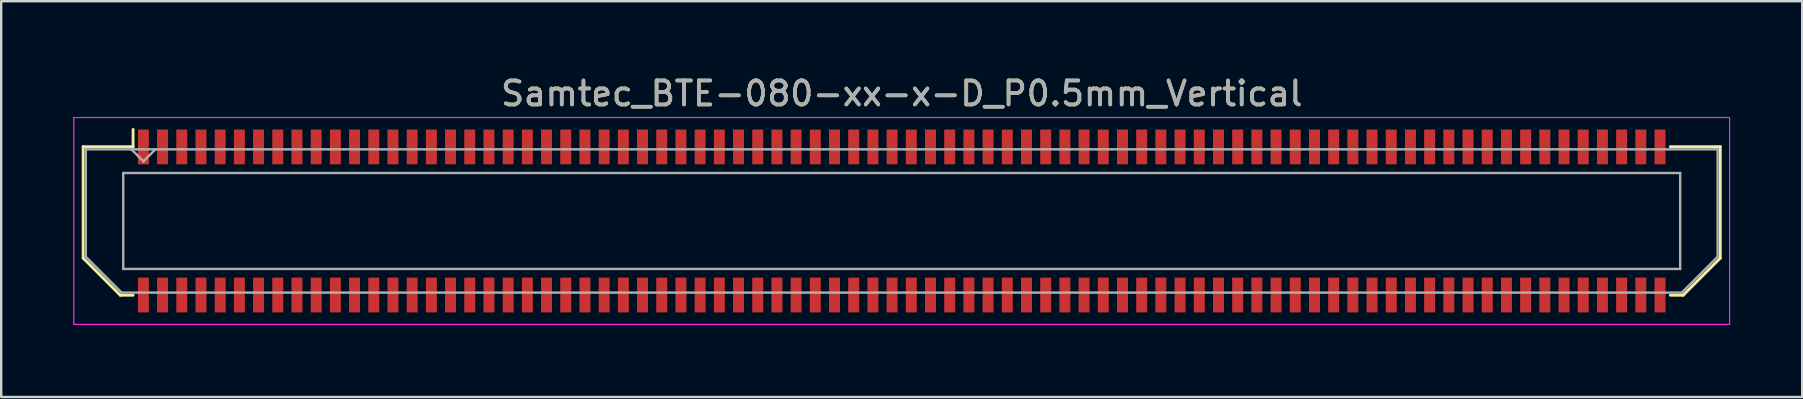
<source format=kicad_pcb>
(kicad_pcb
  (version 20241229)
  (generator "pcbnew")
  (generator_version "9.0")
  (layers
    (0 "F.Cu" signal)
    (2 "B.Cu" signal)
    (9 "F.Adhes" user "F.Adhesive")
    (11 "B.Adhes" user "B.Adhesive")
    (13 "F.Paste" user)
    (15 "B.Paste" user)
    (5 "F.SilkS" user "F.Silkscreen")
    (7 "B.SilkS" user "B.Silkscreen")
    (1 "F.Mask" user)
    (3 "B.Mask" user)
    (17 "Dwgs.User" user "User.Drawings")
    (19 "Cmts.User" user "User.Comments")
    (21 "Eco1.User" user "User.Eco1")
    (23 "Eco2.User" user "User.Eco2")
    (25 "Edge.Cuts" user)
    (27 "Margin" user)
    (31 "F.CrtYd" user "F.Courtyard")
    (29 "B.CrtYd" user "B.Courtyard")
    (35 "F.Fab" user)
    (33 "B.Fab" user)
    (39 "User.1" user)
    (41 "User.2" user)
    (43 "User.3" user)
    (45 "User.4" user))
  (footprint "Samtec_BTE-080-xx-x-D_P0.5mm_Vertical"
    (layer "F.Cu")
    (at 34.525 6.158)
    (property "Reference" "Samtec_BTE-080-xx-x-D_P0.5mm_Vertical" (at 0 -5.31 0) (layer "F.SilkS") (effects (font (size 1 1) (thickness 0.15))))
    (attr smd)
    (fp_line (start -34.11 -3.095) (end -34.11 1.548) (stroke (width 0.12) (type solid)) (layer "F.SilkS"))
    (fp_line (start -34.11 1.548) (end -32.562 3.095) (stroke (width 0.12) (type solid)) (layer "F.SilkS"))
    (fp_line (start -32.562 3.095) (end -32.029 3.095) (stroke (width 0.12) (type solid)) (layer "F.SilkS"))
    (fp_line (start -32.029 -3.811) (end -32.029 -3.095) (stroke (width 0.12) (type solid)) (layer "F.SilkS"))
    (fp_line (start -32.029 -3.095) (end -34.11 -3.095) (stroke (width 0.12) (type solid)) (layer "F.SilkS"))
    (fp_line (start 32.029 -3.095) (end 34.11 -3.095) (stroke (width 0.12) (type solid)) (layer "F.SilkS"))
    (fp_line (start 32.562 3.095) (end 32.029 3.095) (stroke (width 0.12) (type solid)) (layer "F.SilkS"))
    (fp_line (start 34.11 -3.095) (end 34.11 1.548) (stroke (width 0.12) (type solid)) (layer "F.SilkS"))
    (fp_line (start 34.11 1.548) (end 32.562 3.095) (stroke (width 0.12) (type solid)) (layer "F.SilkS"))
    (fp_line (start -34.5 -4.31) (end -34.5 4.31) (stroke (width 0.05) (type solid)) (layer "F.CrtYd"))
    (fp_line (start -34.5 4.31) (end 34.5 4.31) (stroke (width 0.05) (type solid)) (layer "F.CrtYd"))
    (fp_line (start 34.5 -4.31) (end -34.5 -4.31) (stroke (width 0.05) (type solid)) (layer "F.CrtYd"))
    (fp_line (start 34.5 4.31) (end 34.5 -4.31) (stroke (width 0.05) (type solid)) (layer "F.CrtYd"))
    (fp_line (start -34 -2.985) (end -34 1.492) (stroke (width 0.1) (type solid)) (layer "F.Fab"))
    (fp_line (start -34 -2.985) (end 34 -2.985) (stroke (width 0.1) (type solid)) (layer "F.Fab"))
    (fp_line (start -34 1.492) (end -32.508 2.985) (stroke (width 0.1) (type solid)) (layer "F.Fab"))
    (fp_line (start -32.508 2.985) (end 32.508 2.985) (stroke (width 0.1) (type solid)) (layer "F.Fab"))
    (fp_line (start -32.44 -2) (end -32.44 2) (stroke (width 0.1) (type solid)) (layer "F.Fab"))
    (fp_line (start -32.44 2) (end 32.44 2) (stroke (width 0.1) (type solid)) (layer "F.Fab"))
    (fp_line (start -31.6 -2.485) (end -32.1 -2.985) (stroke (width 0.1) (type solid)) (layer "F.Fab"))
    (fp_line (start -31.1 -2.985) (end -31.6 -2.485) (stroke (width 0.1) (type solid)) (layer "F.Fab"))
    (fp_line (start 32.44 -2) (end -32.44 -2) (stroke (width 0.1) (type solid)) (layer "F.Fab"))
    (fp_line (start 32.44 2) (end 32.44 -2) (stroke (width 0.1) (type solid)) (layer "F.Fab"))
    (fp_line (start 34 -2.985) (end 34 1.492) (stroke (width 0.1) (type solid)) (layer "F.Fab"))
    (fp_line (start 34 1.492) (end 32.508 2.985) (stroke (width 0.1) (type solid)) (layer "F.Fab"))
    (fp_text user "${REFERENCE}" (at 0 -5.31 0) (layer "F.Fab") (effects (font (size 1 1) (thickness 0.15))))
    (pad "1" smd rect (at -31.6 -3.086) (size 0.457 1.45) (layers "F.Cu" "F.Mask" "F.Paste"))
    (pad "2" smd rect (at -31.6 3.086) (size 0.457 1.45) (layers "F.Cu" "F.Mask" "F.Paste"))
    (pad "3" smd rect (at -30.8 -3.086) (size 0.457 1.45) (layers "F.Cu" "F.Mask" "F.Paste"))
    (pad "4" smd rect (at -30.8 3.086) (size 0.457 1.45) (layers "F.Cu" "F.Mask" "F.Paste"))
    (pad "5" smd rect (at -30 -3.086) (size 0.457 1.45) (layers "F.Cu" "F.Mask" "F.Paste"))
    (pad "6" smd rect (at -30 3.086) (size 0.457 1.45) (layers "F.Cu" "F.Mask" "F.Paste"))
    (pad "7" smd rect (at -29.2 -3.086) (size 0.457 1.45) (layers "F.Cu" "F.Mask" "F.Paste"))
    (pad "8" smd rect (at -29.2 3.086) (size 0.457 1.45) (layers "F.Cu" "F.Mask" "F.Paste"))
    (pad "9" smd rect (at -28.4 -3.086) (size 0.457 1.45) (layers "F.Cu" "F.Mask" "F.Paste"))
    (pad "10" smd rect (at -28.4 3.086) (size 0.457 1.45) (layers "F.Cu" "F.Mask" "F.Paste"))
    (pad "11" smd rect (at -27.6 -3.086) (size 0.457 1.45) (layers "F.Cu" "F.Mask" "F.Paste"))
    (pad "12" smd rect (at -27.6 3.086) (size 0.457 1.45) (layers "F.Cu" "F.Mask" "F.Paste"))
    (pad "13" smd rect (at -26.8 -3.086) (size 0.457 1.45) (layers "F.Cu" "F.Mask" "F.Paste"))
    (pad "14" smd rect (at -26.8 3.086) (size 0.457 1.45) (layers "F.Cu" "F.Mask" "F.Paste"))
    (pad "15" smd rect (at -26 -3.086) (size 0.457 1.45) (layers "F.Cu" "F.Mask" "F.Paste"))
    (pad "16" smd rect (at -26 3.086) (size 0.457 1.45) (layers "F.Cu" "F.Mask" "F.Paste"))
    (pad "17" smd rect (at -25.2 -3.086) (size 0.457 1.45) (layers "F.Cu" "F.Mask" "F.Paste"))
    (pad "18" smd rect (at -25.2 3.086) (size 0.457 1.45) (layers "F.Cu" "F.Mask" "F.Paste"))
    (pad "19" smd rect (at -24.4 -3.086) (size 0.457 1.45) (layers "F.Cu" "F.Mask" "F.Paste"))
    (pad "20" smd rect (at -24.4 3.086) (size 0.457 1.45) (layers "F.Cu" "F.Mask" "F.Paste"))
    (pad "21" smd rect (at -23.6 -3.086) (size 0.457 1.45) (layers "F.Cu" "F.Mask" "F.Paste"))
    (pad "22" smd rect (at -23.6 3.086) (size 0.457 1.45) (layers "F.Cu" "F.Mask" "F.Paste"))
    (pad "23" smd rect (at -22.8 -3.086) (size 0.457 1.45) (layers "F.Cu" "F.Mask" "F.Paste"))
    (pad "24" smd rect (at -22.8 3.086) (size 0.457 1.45) (layers "F.Cu" "F.Mask" "F.Paste"))
    (pad "25" smd rect (at -22 -3.086) (size 0.457 1.45) (layers "F.Cu" "F.Mask" "F.Paste"))
    (pad "26" smd rect (at -22 3.086) (size 0.457 1.45) (layers "F.Cu" "F.Mask" "F.Paste"))
    (pad "27" smd rect (at -21.2 -3.086) (size 0.457 1.45) (layers "F.Cu" "F.Mask" "F.Paste"))
    (pad "28" smd rect (at -21.2 3.086) (size 0.457 1.45) (layers "F.Cu" "F.Mask" "F.Paste"))
    (pad "29" smd rect (at -20.4 -3.086) (size 0.457 1.45) (layers "F.Cu" "F.Mask" "F.Paste"))
    (pad "30" smd rect (at -20.4 3.086) (size 0.457 1.45) (layers "F.Cu" "F.Mask" "F.Paste"))
    (pad "31" smd rect (at -19.6 -3.086) (size 0.457 1.45) (layers "F.Cu" "F.Mask" "F.Paste"))
    (pad "32" smd rect (at -19.6 3.086) (size 0.457 1.45) (layers "F.Cu" "F.Mask" "F.Paste"))
    (pad "33" smd rect (at -18.8 -3.086) (size 0.457 1.45) (layers "F.Cu" "F.Mask" "F.Paste"))
    (pad "34" smd rect (at -18.8 3.086) (size 0.457 1.45) (layers "F.Cu" "F.Mask" "F.Paste"))
    (pad "35" smd rect (at -18 -3.086) (size 0.457 1.45) (layers "F.Cu" "F.Mask" "F.Paste"))
    (pad "36" smd rect (at -18 3.086) (size 0.457 1.45) (layers "F.Cu" "F.Mask" "F.Paste"))
    (pad "37" smd rect (at -17.2 -3.086) (size 0.457 1.45) (layers "F.Cu" "F.Mask" "F.Paste"))
    (pad "38" smd rect (at -17.2 3.086) (size 0.457 1.45) (layers "F.Cu" "F.Mask" "F.Paste"))
    (pad "39" smd rect (at -16.4 -3.086) (size 0.457 1.45) (layers "F.Cu" "F.Mask" "F.Paste"))
    (pad "40" smd rect (at -16.4 3.086) (size 0.457 1.45) (layers "F.Cu" "F.Mask" "F.Paste"))
    (pad "41" smd rect (at -15.6 -3.086) (size 0.457 1.45) (layers "F.Cu" "F.Mask" "F.Paste"))
    (pad "42" smd rect (at -15.6 3.086) (size 0.457 1.45) (layers "F.Cu" "F.Mask" "F.Paste"))
    (pad "43" smd rect (at -14.8 -3.086) (size 0.457 1.45) (layers "F.Cu" "F.Mask" "F.Paste"))
    (pad "44" smd rect (at -14.8 3.086) (size 0.457 1.45) (layers "F.Cu" "F.Mask" "F.Paste"))
    (pad "45" smd rect (at -14 -3.086) (size 0.457 1.45) (layers "F.Cu" "F.Mask" "F.Paste"))
    (pad "46" smd rect (at -14 3.086) (size 0.457 1.45) (layers "F.Cu" "F.Mask" "F.Paste"))
    (pad "47" smd rect (at -13.2 -3.086) (size 0.457 1.45) (layers "F.Cu" "F.Mask" "F.Paste"))
    (pad "48" smd rect (at -13.2 3.086) (size 0.457 1.45) (layers "F.Cu" "F.Mask" "F.Paste"))
    (pad "49" smd rect (at -12.4 -3.086) (size 0.457 1.45) (layers "F.Cu" "F.Mask" "F.Paste"))
    (pad "50" smd rect (at -12.4 3.086) (size 0.457 1.45) (layers "F.Cu" "F.Mask" "F.Paste"))
    (pad "51" smd rect (at -11.6 -3.086) (size 0.457 1.45) (layers "F.Cu" "F.Mask" "F.Paste"))
    (pad "52" smd rect (at -11.6 3.086) (size 0.457 1.45) (layers "F.Cu" "F.Mask" "F.Paste"))
    (pad "53" smd rect (at -10.8 -3.086) (size 0.457 1.45) (layers "F.Cu" "F.Mask" "F.Paste"))
    (pad "54" smd rect (at -10.8 3.086) (size 0.457 1.45) (layers "F.Cu" "F.Mask" "F.Paste"))
    (pad "55" smd rect (at -10 -3.086) (size 0.457 1.45) (layers "F.Cu" "F.Mask" "F.Paste"))
    (pad "56" smd rect (at -10 3.086) (size 0.457 1.45) (layers "F.Cu" "F.Mask" "F.Paste"))
    (pad "57" smd rect (at -9.2 -3.086) (size 0.457 1.45) (layers "F.Cu" "F.Mask" "F.Paste"))
    (pad "58" smd rect (at -9.2 3.086) (size 0.457 1.45) (layers "F.Cu" "F.Mask" "F.Paste"))
    (pad "59" smd rect (at -8.4 -3.086) (size 0.457 1.45) (layers "F.Cu" "F.Mask" "F.Paste"))
    (pad "60" smd rect (at -8.4 3.086) (size 0.457 1.45) (layers "F.Cu" "F.Mask" "F.Paste"))
    (pad "61" smd rect (at -7.6 -3.086) (size 0.457 1.45) (layers "F.Cu" "F.Mask" "F.Paste"))
    (pad "62" smd rect (at -7.6 3.086) (size 0.457 1.45) (layers "F.Cu" "F.Mask" "F.Paste"))
    (pad "63" smd rect (at -6.8 -3.086) (size 0.457 1.45) (layers "F.Cu" "F.Mask" "F.Paste"))
    (pad "64" smd rect (at -6.8 3.086) (size 0.457 1.45) (layers "F.Cu" "F.Mask" "F.Paste"))
    (pad "65" smd rect (at -6 -3.086) (size 0.457 1.45) (layers "F.Cu" "F.Mask" "F.Paste"))
    (pad "66" smd rect (at -6 3.086) (size 0.457 1.45) (layers "F.Cu" "F.Mask" "F.Paste"))
    (pad "67" smd rect (at -5.2 -3.086) (size 0.457 1.45) (layers "F.Cu" "F.Mask" "F.Paste"))
    (pad "68" smd rect (at -5.2 3.086) (size 0.457 1.45) (layers "F.Cu" "F.Mask" "F.Paste"))
    (pad "69" smd rect (at -4.4 -3.086) (size 0.457 1.45) (layers "F.Cu" "F.Mask" "F.Paste"))
    (pad "70" smd rect (at -4.4 3.086) (size 0.457 1.45) (layers "F.Cu" "F.Mask" "F.Paste"))
    (pad "71" smd rect (at -3.6 -3.086) (size 0.457 1.45) (layers "F.Cu" "F.Mask" "F.Paste"))
    (pad "72" smd rect (at -3.6 3.086) (size 0.457 1.45) (layers "F.Cu" "F.Mask" "F.Paste"))
    (pad "73" smd rect (at -2.8 -3.086) (size 0.457 1.45) (layers "F.Cu" "F.Mask" "F.Paste"))
    (pad "74" smd rect (at -2.8 3.086) (size 0.457 1.45) (layers "F.Cu" "F.Mask" "F.Paste"))
    (pad "75" smd rect (at -2 -3.086) (size 0.457 1.45) (layers "F.Cu" "F.Mask" "F.Paste"))
    (pad "76" smd rect (at -2 3.086) (size 0.457 1.45) (layers "F.Cu" "F.Mask" "F.Paste"))
    (pad "77" smd rect (at -1.2 -3.086) (size 0.457 1.45) (layers "F.Cu" "F.Mask" "F.Paste"))
    (pad "78" smd rect (at -1.2 3.086) (size 0.457 1.45) (layers "F.Cu" "F.Mask" "F.Paste"))
    (pad "79" smd rect (at -0.4 -3.086) (size 0.457 1.45) (layers "F.Cu" "F.Mask" "F.Paste"))
    (pad "80" smd rect (at -0.4 3.086) (size 0.457 1.45) (layers "F.Cu" "F.Mask" "F.Paste"))
    (pad "81" smd rect (at 0.4 -3.086) (size 0.457 1.45) (layers "F.Cu" "F.Mask" "F.Paste"))
    (pad "82" smd rect (at 0.4 3.086) (size 0.457 1.45) (layers "F.Cu" "F.Mask" "F.Paste"))
    (pad "83" smd rect (at 1.2 -3.086) (size 0.457 1.45) (layers "F.Cu" "F.Mask" "F.Paste"))
    (pad "84" smd rect (at 1.2 3.086) (size 0.457 1.45) (layers "F.Cu" "F.Mask" "F.Paste"))
    (pad "85" smd rect (at 2 -3.086) (size 0.457 1.45) (layers "F.Cu" "F.Mask" "F.Paste"))
    (pad "86" smd rect (at 2 3.086) (size 0.457 1.45) (layers "F.Cu" "F.Mask" "F.Paste"))
    (pad "87" smd rect (at 2.8 -3.086) (size 0.457 1.45) (layers "F.Cu" "F.Mask" "F.Paste"))
    (pad "88" smd rect (at 2.8 3.086) (size 0.457 1.45) (layers "F.Cu" "F.Mask" "F.Paste"))
    (pad "89" smd rect (at 3.6 -3.086) (size 0.457 1.45) (layers "F.Cu" "F.Mask" "F.Paste"))
    (pad "90" smd rect (at 3.6 3.086) (size 0.457 1.45) (layers "F.Cu" "F.Mask" "F.Paste"))
    (pad "91" smd rect (at 4.4 -3.086) (size 0.457 1.45) (layers "F.Cu" "F.Mask" "F.Paste"))
    (pad "92" smd rect (at 4.4 3.086) (size 0.457 1.45) (layers "F.Cu" "F.Mask" "F.Paste"))
    (pad "93" smd rect (at 5.2 -3.086) (size 0.457 1.45) (layers "F.Cu" "F.Mask" "F.Paste"))
    (pad "94" smd rect (at 5.2 3.086) (size 0.457 1.45) (layers "F.Cu" "F.Mask" "F.Paste"))
    (pad "95" smd rect (at 6 -3.086) (size 0.457 1.45) (layers "F.Cu" "F.Mask" "F.Paste"))
    (pad "96" smd rect (at 6 3.086) (size 0.457 1.45) (layers "F.Cu" "F.Mask" "F.Paste"))
    (pad "97" smd rect (at 6.8 -3.086) (size 0.457 1.45) (layers "F.Cu" "F.Mask" "F.Paste"))
    (pad "98" smd rect (at 6.8 3.086) (size 0.457 1.45) (layers "F.Cu" "F.Mask" "F.Paste"))
    (pad "99" smd rect (at 7.6 -3.086) (size 0.457 1.45) (layers "F.Cu" "F.Mask" "F.Paste"))
    (pad "100" smd rect (at 7.6 3.086) (size 0.457 1.45) (layers "F.Cu" "F.Mask" "F.Paste"))
    (pad "101" smd rect (at 8.4 -3.086) (size 0.457 1.45) (layers "F.Cu" "F.Mask" "F.Paste"))
    (pad "102" smd rect (at 8.4 3.086) (size 0.457 1.45) (layers "F.Cu" "F.Mask" "F.Paste"))
    (pad "103" smd rect (at 9.2 -3.086) (size 0.457 1.45) (layers "F.Cu" "F.Mask" "F.Paste"))
    (pad "104" smd rect (at 9.2 3.086) (size 0.457 1.45) (layers "F.Cu" "F.Mask" "F.Paste"))
    (pad "105" smd rect (at 10 -3.086) (size 0.457 1.45) (layers "F.Cu" "F.Mask" "F.Paste"))
    (pad "106" smd rect (at 10 3.086) (size 0.457 1.45) (layers "F.Cu" "F.Mask" "F.Paste"))
    (pad "107" smd rect (at 10.8 -3.086) (size 0.457 1.45) (layers "F.Cu" "F.Mask" "F.Paste"))
    (pad "108" smd rect (at 10.8 3.086) (size 0.457 1.45) (layers "F.Cu" "F.Mask" "F.Paste"))
    (pad "109" smd rect (at 11.6 -3.086) (size 0.457 1.45) (layers "F.Cu" "F.Mask" "F.Paste"))
    (pad "110" smd rect (at 11.6 3.086) (size 0.457 1.45) (layers "F.Cu" "F.Mask" "F.Paste"))
    (pad "111" smd rect (at 12.4 -3.086) (size 0.457 1.45) (layers "F.Cu" "F.Mask" "F.Paste"))
    (pad "112" smd rect (at 12.4 3.086) (size 0.457 1.45) (layers "F.Cu" "F.Mask" "F.Paste"))
    (pad "113" smd rect (at 13.2 -3.086) (size 0.457 1.45) (layers "F.Cu" "F.Mask" "F.Paste"))
    (pad "114" smd rect (at 13.2 3.086) (size 0.457 1.45) (layers "F.Cu" "F.Mask" "F.Paste"))
    (pad "115" smd rect (at 14 -3.086) (size 0.457 1.45) (layers "F.Cu" "F.Mask" "F.Paste"))
    (pad "116" smd rect (at 14 3.086) (size 0.457 1.45) (layers "F.Cu" "F.Mask" "F.Paste"))
    (pad "117" smd rect (at 14.8 -3.086) (size 0.457 1.45) (layers "F.Cu" "F.Mask" "F.Paste"))
    (pad "118" smd rect (at 14.8 3.086) (size 0.457 1.45) (layers "F.Cu" "F.Mask" "F.Paste"))
    (pad "119" smd rect (at 15.6 -3.086) (size 0.457 1.45) (layers "F.Cu" "F.Mask" "F.Paste"))
    (pad "120" smd rect (at 15.6 3.086) (size 0.457 1.45) (layers "F.Cu" "F.Mask" "F.Paste"))
    (pad "121" smd rect (at 16.4 -3.086) (size 0.457 1.45) (layers "F.Cu" "F.Mask" "F.Paste"))
    (pad "122" smd rect (at 16.4 3.086) (size 0.457 1.45) (layers "F.Cu" "F.Mask" "F.Paste"))
    (pad "123" smd rect (at 17.2 -3.086) (size 0.457 1.45) (layers "F.Cu" "F.Mask" "F.Paste"))
    (pad "124" smd rect (at 17.2 3.086) (size 0.457 1.45) (layers "F.Cu" "F.Mask" "F.Paste"))
    (pad "125" smd rect (at 18 -3.086) (size 0.457 1.45) (layers "F.Cu" "F.Mask" "F.Paste"))
    (pad "126" smd rect (at 18 3.086) (size 0.457 1.45) (layers "F.Cu" "F.Mask" "F.Paste"))
    (pad "127" smd rect (at 18.8 -3.086) (size 0.457 1.45) (layers "F.Cu" "F.Mask" "F.Paste"))
    (pad "128" smd rect (at 18.8 3.086) (size 0.457 1.45) (layers "F.Cu" "F.Mask" "F.Paste"))
    (pad "129" smd rect (at 19.6 -3.086) (size 0.457 1.45) (layers "F.Cu" "F.Mask" "F.Paste"))
    (pad "130" smd rect (at 19.6 3.086) (size 0.457 1.45) (layers "F.Cu" "F.Mask" "F.Paste"))
    (pad "131" smd rect (at 20.4 -3.086) (size 0.457 1.45) (layers "F.Cu" "F.Mask" "F.Paste"))
    (pad "132" smd rect (at 20.4 3.086) (size 0.457 1.45) (layers "F.Cu" "F.Mask" "F.Paste"))
    (pad "133" smd rect (at 21.2 -3.086) (size 0.457 1.45) (layers "F.Cu" "F.Mask" "F.Paste"))
    (pad "134" smd rect (at 21.2 3.086) (size 0.457 1.45) (layers "F.Cu" "F.Mask" "F.Paste"))
    (pad "135" smd rect (at 22 -3.086) (size 0.457 1.45) (layers "F.Cu" "F.Mask" "F.Paste"))
    (pad "136" smd rect (at 22 3.086) (size 0.457 1.45) (layers "F.Cu" "F.Mask" "F.Paste"))
    (pad "137" smd rect (at 22.8 -3.086) (size 0.457 1.45) (layers "F.Cu" "F.Mask" "F.Paste"))
    (pad "138" smd rect (at 22.8 3.086) (size 0.457 1.45) (layers "F.Cu" "F.Mask" "F.Paste"))
    (pad "139" smd rect (at 23.6 -3.086) (size 0.457 1.45) (layers "F.Cu" "F.Mask" "F.Paste"))
    (pad "140" smd rect (at 23.6 3.086) (size 0.457 1.45) (layers "F.Cu" "F.Mask" "F.Paste"))
    (pad "141" smd rect (at 24.4 -3.086) (size 0.457 1.45) (layers "F.Cu" "F.Mask" "F.Paste"))
    (pad "142" smd rect (at 24.4 3.086) (size 0.457 1.45) (layers "F.Cu" "F.Mask" "F.Paste"))
    (pad "143" smd rect (at 25.2 -3.086) (size 0.457 1.45) (layers "F.Cu" "F.Mask" "F.Paste"))
    (pad "144" smd rect (at 25.2 3.086) (size 0.457 1.45) (layers "F.Cu" "F.Mask" "F.Paste"))
    (pad "145" smd rect (at 26 -3.086) (size 0.457 1.45) (layers "F.Cu" "F.Mask" "F.Paste"))
    (pad "146" smd rect (at 26 3.086) (size 0.457 1.45) (layers "F.Cu" "F.Mask" "F.Paste"))
    (pad "147" smd rect (at 26.8 -3.086) (size 0.457 1.45) (layers "F.Cu" "F.Mask" "F.Paste"))
    (pad "148" smd rect (at 26.8 3.086) (size 0.457 1.45) (layers "F.Cu" "F.Mask" "F.Paste"))
    (pad "149" smd rect (at 27.6 -3.086) (size 0.457 1.45) (layers "F.Cu" "F.Mask" "F.Paste"))
    (pad "150" smd rect (at 27.6 3.086) (size 0.457 1.45) (layers "F.Cu" "F.Mask" "F.Paste"))
    (pad "151" smd rect (at 28.4 -3.086) (size 0.457 1.45) (layers "F.Cu" "F.Mask" "F.Paste"))
    (pad "152" smd rect (at 28.4 3.086) (size 0.457 1.45) (layers "F.Cu" "F.Mask" "F.Paste"))
    (pad "153" smd rect (at 29.2 -3.086) (size 0.457 1.45) (layers "F.Cu" "F.Mask" "F.Paste"))
    (pad "154" smd rect (at 29.2 3.086) (size 0.457 1.45) (layers "F.Cu" "F.Mask" "F.Paste"))
    (pad "155" smd rect (at 30 -3.086) (size 0.457 1.45) (layers "F.Cu" "F.Mask" "F.Paste"))
    (pad "156" smd rect (at 30 3.086) (size 0.457 1.45) (layers "F.Cu" "F.Mask" "F.Paste"))
    (pad "157" smd rect (at 30.8 -3.086) (size 0.457 1.45) (layers "F.Cu" "F.Mask" "F.Paste"))
    (pad "158" smd rect (at 30.8 3.086) (size 0.457 1.45) (layers "F.Cu" "F.Mask" "F.Paste"))
    (pad "159" smd rect (at 31.6 -3.086) (size 0.457 1.45) (layers "F.Cu" "F.Mask" "F.Paste"))
    (pad "160" smd rect (at 31.6 3.086) (size 0.457 1.45) (layers "F.Cu" "F.Mask" "F.Paste")))
  (gr_rect
    (start -3 -3)
    (end 72.05 13.493)
    (stroke (width 0.1) (type default))
    (fill no)
    (layer "Edge.Cuts")))
</source>
